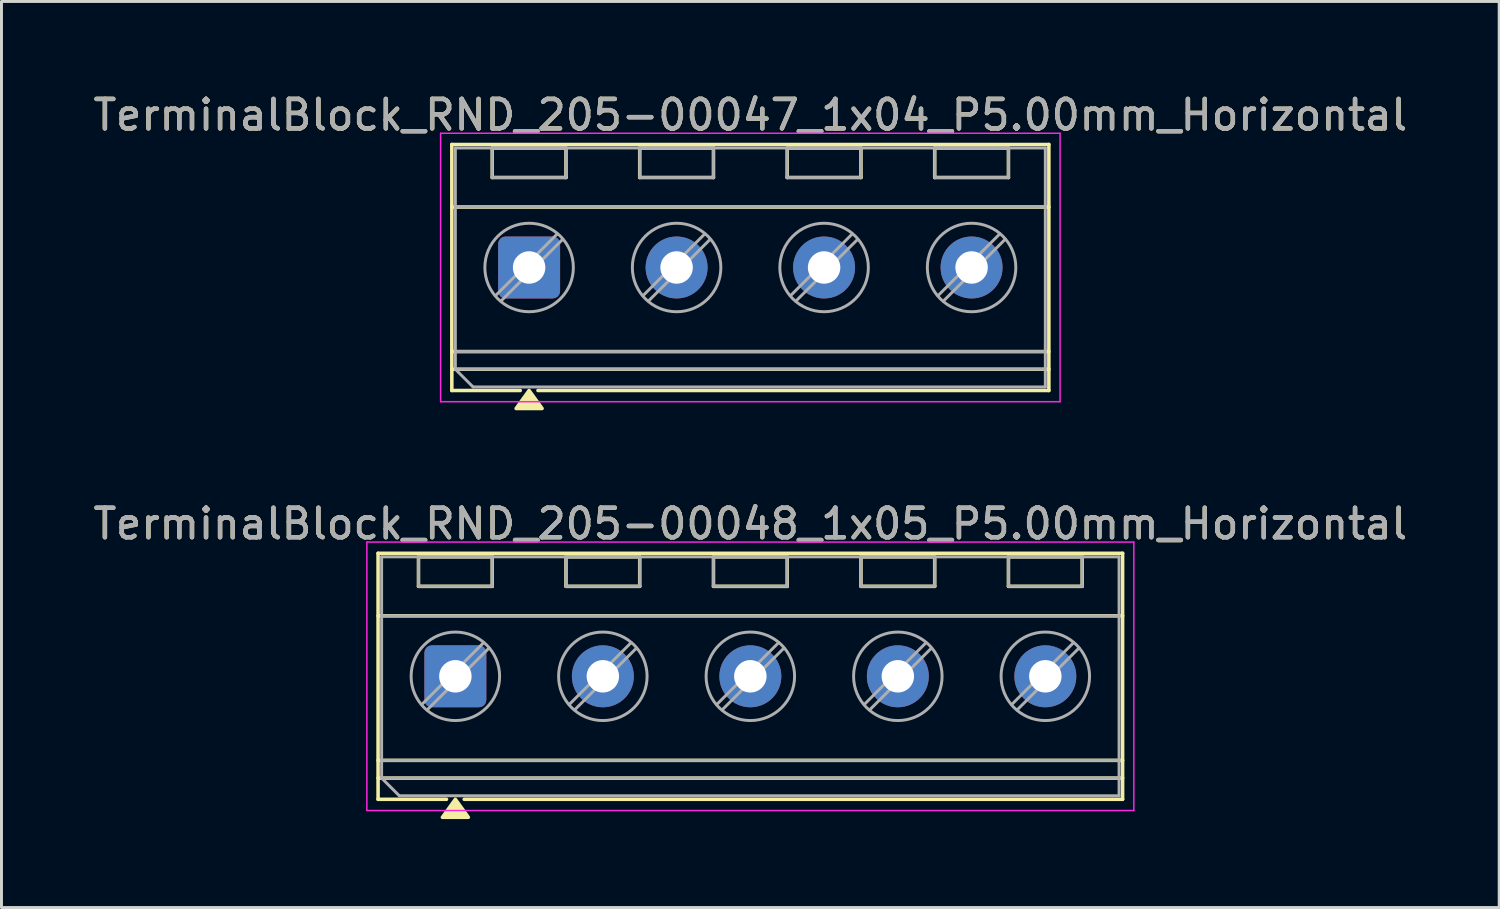
<source format=kicad_pcb>
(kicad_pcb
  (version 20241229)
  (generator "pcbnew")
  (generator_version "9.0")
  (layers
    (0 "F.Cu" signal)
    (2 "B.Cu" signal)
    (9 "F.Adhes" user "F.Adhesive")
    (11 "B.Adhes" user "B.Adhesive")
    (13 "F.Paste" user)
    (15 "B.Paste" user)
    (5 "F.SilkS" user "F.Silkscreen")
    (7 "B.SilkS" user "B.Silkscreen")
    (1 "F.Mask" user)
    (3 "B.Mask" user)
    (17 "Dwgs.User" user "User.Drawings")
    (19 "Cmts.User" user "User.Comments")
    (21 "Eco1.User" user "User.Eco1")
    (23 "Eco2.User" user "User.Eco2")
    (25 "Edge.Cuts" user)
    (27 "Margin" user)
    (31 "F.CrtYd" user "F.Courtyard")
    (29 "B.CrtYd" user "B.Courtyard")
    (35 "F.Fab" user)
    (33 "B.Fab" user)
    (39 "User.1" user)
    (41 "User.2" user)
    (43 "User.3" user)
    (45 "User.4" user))
  (footprint "TerminalBlock_RND_205-00047_1x04_P5.00mm_Horizontal"
    (layer "F.Cu")
    (at 14.887 6.018)
    (property "Reference" "TerminalBlock_RND_205-00047_1x04_P5.00mm_Horizontal" (at 7.5 -5.17 0) (layer "F.SilkS") (effects (font (size 1 1) (thickness 0.15))))
    (attr through_hole)
    (fp_line (start -2.62 -4.17) (end -2.62 4.17) (stroke (width 0.12) (type solid)) (layer "F.SilkS"))
    (fp_line (start -2.62 -4.17) (end 17.62 -4.17) (stroke (width 0.12) (type solid)) (layer "F.SilkS"))
    (fp_line (start -2.62 -2.05) (end 17.62 -2.05) (stroke (width 0.12) (type solid)) (layer "F.SilkS"))
    (fp_line (start -2.62 2.85) (end 17.62 2.85) (stroke (width 0.12) (type solid)) (layer "F.SilkS"))
    (fp_line (start -2.62 3.45) (end 17.62 3.45) (stroke (width 0.12) (type solid)) (layer "F.SilkS"))
    (fp_line (start -2.62 4.17) (end -0.3 4.17) (stroke (width 0.12) (type solid)) (layer "F.SilkS"))
    (fp_line (start -1.25 -4.05) (end -1.25 -3.05) (stroke (width 0.12) (type solid)) (layer "F.SilkS"))
    (fp_line (start -1.25 -4.05) (end 1.25 -4.05) (stroke (width 0.12) (type solid)) (layer "F.SilkS"))
    (fp_line (start -1.25 -3.05) (end 1.25 -3.05) (stroke (width 0.12) (type solid)) (layer "F.SilkS"))
    (fp_line (start 0.3 4.17) (end 17.62 4.17) (stroke (width 0.12) (type solid)) (layer "F.SilkS"))
    (fp_line (start 1.25 -4.05) (end 1.25 -3.05) (stroke (width 0.12) (type solid)) (layer "F.SilkS"))
    (fp_line (start 3.75 -4.05) (end 3.75 -3.05) (stroke (width 0.12) (type solid)) (layer "F.SilkS"))
    (fp_line (start 3.75 -4.05) (end 6.25 -4.05) (stroke (width 0.12) (type solid)) (layer "F.SilkS"))
    (fp_line (start 3.75 -3.05) (end 6.25 -3.05) (stroke (width 0.12) (type solid)) (layer "F.SilkS"))
    (fp_line (start 6.25 -4.05) (end 6.25 -3.05) (stroke (width 0.12) (type solid)) (layer "F.SilkS"))
    (fp_line (start 8.75 -4.05) (end 8.75 -3.05) (stroke (width 0.12) (type solid)) (layer "F.SilkS"))
    (fp_line (start 8.75 -4.05) (end 11.25 -4.05) (stroke (width 0.12) (type solid)) (layer "F.SilkS"))
    (fp_line (start 8.75 -3.05) (end 11.25 -3.05) (stroke (width 0.12) (type solid)) (layer "F.SilkS"))
    (fp_line (start 11.25 -4.05) (end 11.25 -3.05) (stroke (width 0.12) (type solid)) (layer "F.SilkS"))
    (fp_line (start 13.75 -4.05) (end 13.75 -3.05) (stroke (width 0.12) (type solid)) (layer "F.SilkS"))
    (fp_line (start 13.75 -4.05) (end 16.25 -4.05) (stroke (width 0.12) (type solid)) (layer "F.SilkS"))
    (fp_line (start 13.75 -3.05) (end 16.25 -3.05) (stroke (width 0.12) (type solid)) (layer "F.SilkS"))
    (fp_line (start 16.25 -4.05) (end 16.25 -3.05) (stroke (width 0.12) (type solid)) (layer "F.SilkS"))
    (fp_line (start 17.62 -4.17) (end 17.62 4.17) (stroke (width 0.12) (type solid)) (layer "F.SilkS"))
    (fp_poly (pts (xy 0 4.17) (xy 0.44 4.78) (xy -0.44 4.78)) (stroke (width 0.12) (type solid)) (fill yes) (layer "F.SilkS"))
    (fp_line (start -3 -4.55) (end -3 4.55) (stroke (width 0.05) (type solid)) (layer "F.CrtYd"))
    (fp_line (start -3 4.55) (end 18 4.55) (stroke (width 0.05) (type solid)) (layer "F.CrtYd"))
    (fp_line (start 18 -4.55) (end -3 -4.55) (stroke (width 0.05) (type solid)) (layer "F.CrtYd"))
    (fp_line (start 18 4.55) (end 18 -4.55) (stroke (width 0.05) (type solid)) (layer "F.CrtYd"))
    (fp_line (start -2.5 -4.05) (end 17.5 -4.05) (stroke (width 0.1) (type solid)) (layer "F.Fab"))
    (fp_line (start -2.5 -2.05) (end 17.5 -2.05) (stroke (width 0.1) (type solid)) (layer "F.Fab"))
    (fp_line (start -2.5 2.85) (end 17.5 2.85) (stroke (width 0.1) (type solid)) (layer "F.Fab"))
    (fp_line (start -2.5 3.45) (end -2.5 -4.05) (stroke (width 0.1) (type solid)) (layer "F.Fab"))
    (fp_line (start -2.5 3.45) (end 17.5 3.45) (stroke (width 0.1) (type solid)) (layer "F.Fab"))
    (fp_line (start -1.9 4.05) (end -2.5 3.45) (stroke (width 0.1) (type solid)) (layer "F.Fab"))
    (fp_line (start -1.25 -4.05) (end -1.25 -3.05) (stroke (width 0.1) (type solid)) (layer "F.Fab"))
    (fp_line (start -1.25 -3.05) (end 1.25 -3.05) (stroke (width 0.1) (type solid)) (layer "F.Fab"))
    (fp_line (start 0.955 -1.138) (end -1.138 0.955) (stroke (width 0.1) (type solid)) (layer "F.Fab"))
    (fp_line (start 1.138 -0.955) (end -0.955 1.138) (stroke (width 0.1) (type solid)) (layer "F.Fab"))
    (fp_line (start 1.25 -4.05) (end -1.25 -4.05) (stroke (width 0.1) (type solid)) (layer "F.Fab"))
    (fp_line (start 1.25 -3.05) (end 1.25 -4.05) (stroke (width 0.1) (type solid)) (layer "F.Fab"))
    (fp_line (start 3.75 -4.05) (end 3.75 -3.05) (stroke (width 0.1) (type solid)) (layer "F.Fab"))
    (fp_line (start 3.75 -3.05) (end 6.25 -3.05) (stroke (width 0.1) (type solid)) (layer "F.Fab"))
    (fp_line (start 5.955 -1.138) (end 3.862 0.955) (stroke (width 0.1) (type solid)) (layer "F.Fab"))
    (fp_line (start 6.138 -0.955) (end 4.045 1.138) (stroke (width 0.1) (type solid)) (layer "F.Fab"))
    (fp_line (start 6.25 -4.05) (end 3.75 -4.05) (stroke (width 0.1) (type solid)) (layer "F.Fab"))
    (fp_line (start 6.25 -3.05) (end 6.25 -4.05) (stroke (width 0.1) (type solid)) (layer "F.Fab"))
    (fp_line (start 8.75 -4.05) (end 8.75 -3.05) (stroke (width 0.1) (type solid)) (layer "F.Fab"))
    (fp_line (start 8.75 -3.05) (end 11.25 -3.05) (stroke (width 0.1) (type solid)) (layer "F.Fab"))
    (fp_line (start 10.955 -1.138) (end 8.862 0.955) (stroke (width 0.1) (type solid)) (layer "F.Fab"))
    (fp_line (start 11.138 -0.955) (end 9.045 1.138) (stroke (width 0.1) (type solid)) (layer "F.Fab"))
    (fp_line (start 11.25 -4.05) (end 8.75 -4.05) (stroke (width 0.1) (type solid)) (layer "F.Fab"))
    (fp_line (start 11.25 -3.05) (end 11.25 -4.05) (stroke (width 0.1) (type solid)) (layer "F.Fab"))
    (fp_line (start 13.75 -4.05) (end 13.75 -3.05) (stroke (width 0.1) (type solid)) (layer "F.Fab"))
    (fp_line (start 13.75 -3.05) (end 16.25 -3.05) (stroke (width 0.1) (type solid)) (layer "F.Fab"))
    (fp_line (start 15.955 -1.138) (end 13.862 0.955) (stroke (width 0.1) (type solid)) (layer "F.Fab"))
    (fp_line (start 16.138 -0.955) (end 14.045 1.138) (stroke (width 0.1) (type solid)) (layer "F.Fab"))
    (fp_line (start 16.25 -4.05) (end 13.75 -4.05) (stroke (width 0.1) (type solid)) (layer "F.Fab"))
    (fp_line (start 16.25 -3.05) (end 16.25 -4.05) (stroke (width 0.1) (type solid)) (layer "F.Fab"))
    (fp_line (start 17.5 -4.05) (end 17.5 4.05) (stroke (width 0.1) (type solid)) (layer "F.Fab"))
    (fp_line (start 17.5 4.05) (end -1.9 4.05) (stroke (width 0.1) (type solid)) (layer "F.Fab"))
    (fp_circle (center 0 0) (end 1.5 0) (stroke (width 0.1) (type solid)) (fill no) (layer "F.Fab"))
    (fp_circle (center 5 0) (end 6.5 0) (stroke (width 0.1) (type solid)) (fill no) (layer "F.Fab"))
    (fp_circle (center 10 0) (end 11.5 0) (stroke (width 0.1) (type solid)) (fill no) (layer "F.Fab"))
    (fp_circle (center 15 0) (end 16.5 0) (stroke (width 0.1) (type solid)) (fill no) (layer "F.Fab"))
    (fp_text user "${REFERENCE}" (at 7.5 -5.17 0) (layer "F.Fab") (effects (font (size 1 1) (thickness 0.15))))
    (pad "1" thru_hole roundrect (at 0 0) (size 2.1 2.1) (drill 1.1) (layers "*.Cu" "*.Mask") (roundrect_rratio 0.119))
    (pad "2" thru_hole circle (at 5 0) (size 2.1 2.1) (drill 1.1) (layers "*.Cu" "*.Mask"))
    (pad "3" thru_hole circle (at 10 0) (size 2.1 2.1) (drill 1.1) (layers "*.Cu" "*.Mask"))
    (pad "4" thru_hole circle (at 15 0) (size 2.1 2.1) (drill 1.1) (layers "*.Cu" "*.Mask")))
  (footprint "TerminalBlock_RND_205-00048_1x05_P5.00mm_Horizontal"
    (layer "F.Cu")
    (at 12.387 19.877)
    (property "Reference" "TerminalBlock_RND_205-00048_1x05_P5.00mm_Horizontal" (at 10 -5.17 0) (layer "F.SilkS") (effects (font (size 1 1) (thickness 0.15))))
    (attr through_hole)
    (fp_line (start -2.62 -4.17) (end -2.62 4.17) (stroke (width 0.12) (type solid)) (layer "F.SilkS"))
    (fp_line (start -2.62 -4.17) (end 22.62 -4.17) (stroke (width 0.12) (type solid)) (layer "F.SilkS"))
    (fp_line (start -2.62 -2.05) (end 22.62 -2.05) (stroke (width 0.12) (type solid)) (layer "F.SilkS"))
    (fp_line (start -2.62 2.85) (end 22.62 2.85) (stroke (width 0.12) (type solid)) (layer "F.SilkS"))
    (fp_line (start -2.62 3.45) (end 22.62 3.45) (stroke (width 0.12) (type solid)) (layer "F.SilkS"))
    (fp_line (start -2.62 4.17) (end -0.3 4.17) (stroke (width 0.12) (type solid)) (layer "F.SilkS"))
    (fp_line (start -1.25 -4.05) (end -1.25 -3.05) (stroke (width 0.12) (type solid)) (layer "F.SilkS"))
    (fp_line (start -1.25 -4.05) (end 1.25 -4.05) (stroke (width 0.12) (type solid)) (layer "F.SilkS"))
    (fp_line (start -1.25 -3.05) (end 1.25 -3.05) (stroke (width 0.12) (type solid)) (layer "F.SilkS"))
    (fp_line (start 0.3 4.17) (end 22.62 4.17) (stroke (width 0.12) (type solid)) (layer "F.SilkS"))
    (fp_line (start 1.25 -4.05) (end 1.25 -3.05) (stroke (width 0.12) (type solid)) (layer "F.SilkS"))
    (fp_line (start 3.75 -4.05) (end 3.75 -3.05) (stroke (width 0.12) (type solid)) (layer "F.SilkS"))
    (fp_line (start 3.75 -4.05) (end 6.25 -4.05) (stroke (width 0.12) (type solid)) (layer "F.SilkS"))
    (fp_line (start 3.75 -3.05) (end 6.25 -3.05) (stroke (width 0.12) (type solid)) (layer "F.SilkS"))
    (fp_line (start 6.25 -4.05) (end 6.25 -3.05) (stroke (width 0.12) (type solid)) (layer "F.SilkS"))
    (fp_line (start 8.75 -4.05) (end 8.75 -3.05) (stroke (width 0.12) (type solid)) (layer "F.SilkS"))
    (fp_line (start 8.75 -4.05) (end 11.25 -4.05) (stroke (width 0.12) (type solid)) (layer "F.SilkS"))
    (fp_line (start 8.75 -3.05) (end 11.25 -3.05) (stroke (width 0.12) (type solid)) (layer "F.SilkS"))
    (fp_line (start 11.25 -4.05) (end 11.25 -3.05) (stroke (width 0.12) (type solid)) (layer "F.SilkS"))
    (fp_line (start 13.75 -4.05) (end 13.75 -3.05) (stroke (width 0.12) (type solid)) (layer "F.SilkS"))
    (fp_line (start 13.75 -4.05) (end 16.25 -4.05) (stroke (width 0.12) (type solid)) (layer "F.SilkS"))
    (fp_line (start 13.75 -3.05) (end 16.25 -3.05) (stroke (width 0.12) (type solid)) (layer "F.SilkS"))
    (fp_line (start 16.25 -4.05) (end 16.25 -3.05) (stroke (width 0.12) (type solid)) (layer "F.SilkS"))
    (fp_line (start 18.75 -4.05) (end 18.75 -3.05) (stroke (width 0.12) (type solid)) (layer "F.SilkS"))
    (fp_line (start 18.75 -4.05) (end 21.25 -4.05) (stroke (width 0.12) (type solid)) (layer "F.SilkS"))
    (fp_line (start 18.75 -3.05) (end 21.25 -3.05) (stroke (width 0.12) (type solid)) (layer "F.SilkS"))
    (fp_line (start 21.25 -4.05) (end 21.25 -3.05) (stroke (width 0.12) (type solid)) (layer "F.SilkS"))
    (fp_line (start 22.62 -4.17) (end 22.62 4.17) (stroke (width 0.12) (type solid)) (layer "F.SilkS"))
    (fp_poly (pts (xy 0 4.17) (xy 0.44 4.78) (xy -0.44 4.78)) (stroke (width 0.12) (type solid)) (fill yes) (layer "F.SilkS"))
    (fp_line (start -3 -4.55) (end -3 4.55) (stroke (width 0.05) (type solid)) (layer "F.CrtYd"))
    (fp_line (start -3 4.55) (end 23 4.55) (stroke (width 0.05) (type solid)) (layer "F.CrtYd"))
    (fp_line (start 23 -4.55) (end -3 -4.55) (stroke (width 0.05) (type solid)) (layer "F.CrtYd"))
    (fp_line (start 23 4.55) (end 23 -4.55) (stroke (width 0.05) (type solid)) (layer "F.CrtYd"))
    (fp_line (start -2.5 -4.05) (end 22.5 -4.05) (stroke (width 0.1) (type solid)) (layer "F.Fab"))
    (fp_line (start -2.5 -2.05) (end 22.5 -2.05) (stroke (width 0.1) (type solid)) (layer "F.Fab"))
    (fp_line (start -2.5 2.85) (end 22.5 2.85) (stroke (width 0.1) (type solid)) (layer "F.Fab"))
    (fp_line (start -2.5 3.45) (end -2.5 -4.05) (stroke (width 0.1) (type solid)) (layer "F.Fab"))
    (fp_line (start -2.5 3.45) (end 22.5 3.45) (stroke (width 0.1) (type solid)) (layer "F.Fab"))
    (fp_line (start -1.9 4.05) (end -2.5 3.45) (stroke (width 0.1) (type solid)) (layer "F.Fab"))
    (fp_line (start -1.25 -4.05) (end -1.25 -3.05) (stroke (width 0.1) (type solid)) (layer "F.Fab"))
    (fp_line (start -1.25 -3.05) (end 1.25 -3.05) (stroke (width 0.1) (type solid)) (layer "F.Fab"))
    (fp_line (start 0.955 -1.138) (end -1.138 0.955) (stroke (width 0.1) (type solid)) (layer "F.Fab"))
    (fp_line (start 1.138 -0.955) (end -0.955 1.138) (stroke (width 0.1) (type solid)) (layer "F.Fab"))
    (fp_line (start 1.25 -4.05) (end -1.25 -4.05) (stroke (width 0.1) (type solid)) (layer "F.Fab"))
    (fp_line (start 1.25 -3.05) (end 1.25 -4.05) (stroke (width 0.1) (type solid)) (layer "F.Fab"))
    (fp_line (start 3.75 -4.05) (end 3.75 -3.05) (stroke (width 0.1) (type solid)) (layer "F.Fab"))
    (fp_line (start 3.75 -3.05) (end 6.25 -3.05) (stroke (width 0.1) (type solid)) (layer "F.Fab"))
    (fp_line (start 5.955 -1.138) (end 3.862 0.955) (stroke (width 0.1) (type solid)) (layer "F.Fab"))
    (fp_line (start 6.138 -0.955) (end 4.045 1.138) (stroke (width 0.1) (type solid)) (layer "F.Fab"))
    (fp_line (start 6.25 -4.05) (end 3.75 -4.05) (stroke (width 0.1) (type solid)) (layer "F.Fab"))
    (fp_line (start 6.25 -3.05) (end 6.25 -4.05) (stroke (width 0.1) (type solid)) (layer "F.Fab"))
    (fp_line (start 8.75 -4.05) (end 8.75 -3.05) (stroke (width 0.1) (type solid)) (layer "F.Fab"))
    (fp_line (start 8.75 -3.05) (end 11.25 -3.05) (stroke (width 0.1) (type solid)) (layer "F.Fab"))
    (fp_line (start 10.955 -1.138) (end 8.862 0.955) (stroke (width 0.1) (type solid)) (layer "F.Fab"))
    (fp_line (start 11.138 -0.955) (end 9.045 1.138) (stroke (width 0.1) (type solid)) (layer "F.Fab"))
    (fp_line (start 11.25 -4.05) (end 8.75 -4.05) (stroke (width 0.1) (type solid)) (layer "F.Fab"))
    (fp_line (start 11.25 -3.05) (end 11.25 -4.05) (stroke (width 0.1) (type solid)) (layer "F.Fab"))
    (fp_line (start 13.75 -4.05) (end 13.75 -3.05) (stroke (width 0.1) (type solid)) (layer "F.Fab"))
    (fp_line (start 13.75 -3.05) (end 16.25 -3.05) (stroke (width 0.1) (type solid)) (layer "F.Fab"))
    (fp_line (start 15.955 -1.138) (end 13.862 0.955) (stroke (width 0.1) (type solid)) (layer "F.Fab"))
    (fp_line (start 16.138 -0.955) (end 14.045 1.138) (stroke (width 0.1) (type solid)) (layer "F.Fab"))
    (fp_line (start 16.25 -4.05) (end 13.75 -4.05) (stroke (width 0.1) (type solid)) (layer "F.Fab"))
    (fp_line (start 16.25 -3.05) (end 16.25 -4.05) (stroke (width 0.1) (type solid)) (layer "F.Fab"))
    (fp_line (start 18.75 -4.05) (end 18.75 -3.05) (stroke (width 0.1) (type solid)) (layer "F.Fab"))
    (fp_line (start 18.75 -3.05) (end 21.25 -3.05) (stroke (width 0.1) (type solid)) (layer "F.Fab"))
    (fp_line (start 20.955 -1.138) (end 18.862 0.955) (stroke (width 0.1) (type solid)) (layer "F.Fab"))
    (fp_line (start 21.138 -0.955) (end 19.045 1.138) (stroke (width 0.1) (type solid)) (layer "F.Fab"))
    (fp_line (start 21.25 -4.05) (end 18.75 -4.05) (stroke (width 0.1) (type solid)) (layer "F.Fab"))
    (fp_line (start 21.25 -3.05) (end 21.25 -4.05) (stroke (width 0.1) (type solid)) (layer "F.Fab"))
    (fp_line (start 22.5 -4.05) (end 22.5 4.05) (stroke (width 0.1) (type solid)) (layer "F.Fab"))
    (fp_line (start 22.5 4.05) (end -1.9 4.05) (stroke (width 0.1) (type solid)) (layer "F.Fab"))
    (fp_circle (center 0 0) (end 1.5 0) (stroke (width 0.1) (type solid)) (fill no) (layer "F.Fab"))
    (fp_circle (center 5 0) (end 6.5 0) (stroke (width 0.1) (type solid)) (fill no) (layer "F.Fab"))
    (fp_circle (center 10 0) (end 11.5 0) (stroke (width 0.1) (type solid)) (fill no) (layer "F.Fab"))
    (fp_circle (center 15 0) (end 16.5 0) (stroke (width 0.1) (type solid)) (fill no) (layer "F.Fab"))
    (fp_circle (center 20 0) (end 21.5 0) (stroke (width 0.1) (type solid)) (fill no) (layer "F.Fab"))
    (fp_text user "${REFERENCE}" (at 10 -5.17 0) (layer "F.Fab") (effects (font (size 1 1) (thickness 0.15))))
    (pad "1" thru_hole roundrect (at 0 0) (size 2.1 2.1) (drill 1.1) (layers "*.Cu" "*.Mask") (roundrect_rratio 0.119))
    (pad "2" thru_hole circle (at 5 0) (size 2.1 2.1) (drill 1.1) (layers "*.Cu" "*.Mask"))
    (pad "3" thru_hole circle (at 10 0) (size 2.1 2.1) (drill 1.1) (layers "*.Cu" "*.Mask"))
    (pad "4" thru_hole circle (at 15 0) (size 2.1 2.1) (drill 1.1) (layers "*.Cu" "*.Mask"))
    (pad "5" thru_hole circle (at 20 0) (size 2.1 2.1) (drill 1.1) (layers "*.Cu" "*.Mask")))
  (gr_rect
    (start -3 -3)
    (end 47.774 27.716)
    (stroke (width 0.1) (type default))
    (fill no)
    (layer "Edge.Cuts")))
</source>
